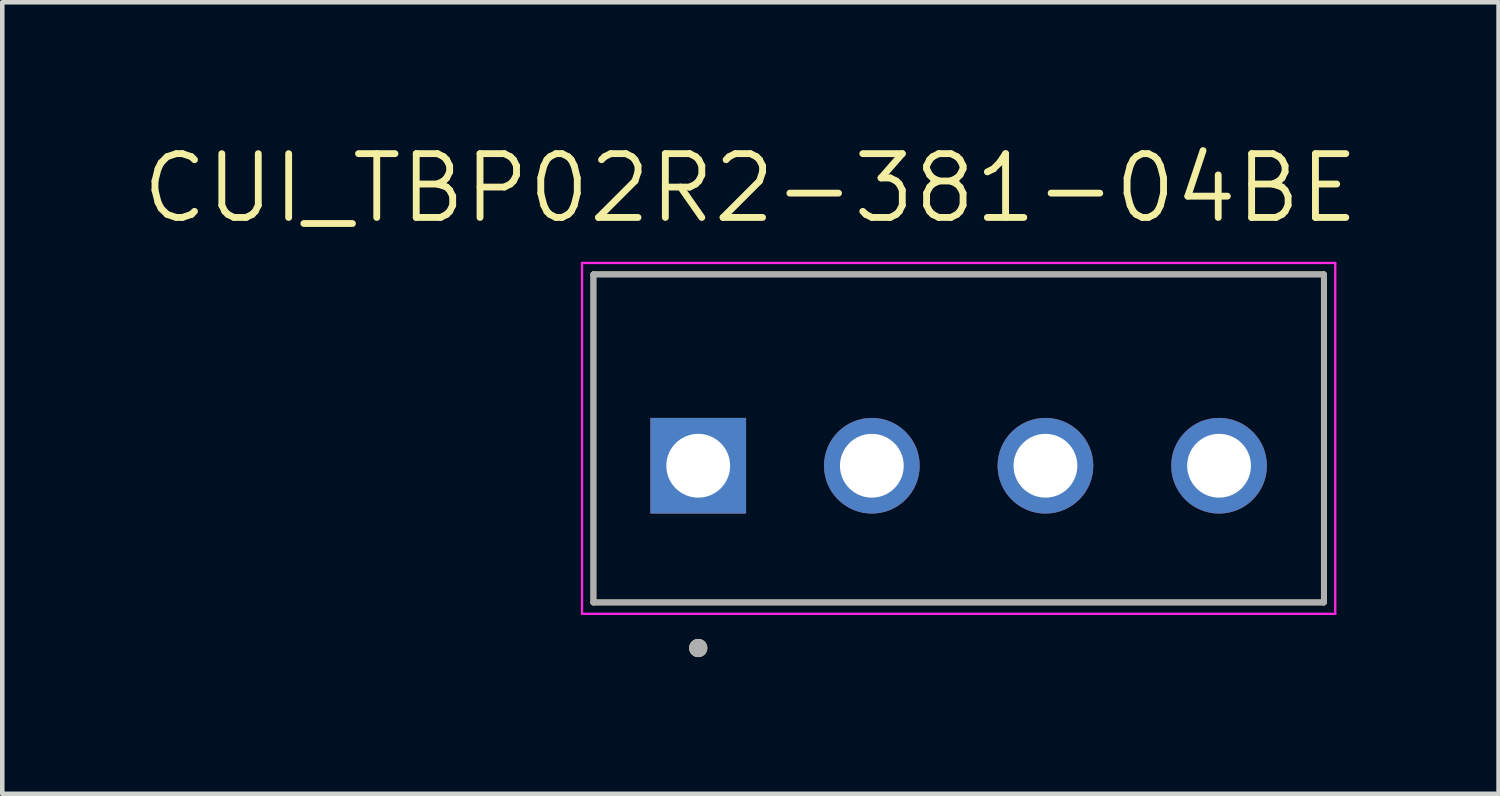
<source format=kicad_pcb>
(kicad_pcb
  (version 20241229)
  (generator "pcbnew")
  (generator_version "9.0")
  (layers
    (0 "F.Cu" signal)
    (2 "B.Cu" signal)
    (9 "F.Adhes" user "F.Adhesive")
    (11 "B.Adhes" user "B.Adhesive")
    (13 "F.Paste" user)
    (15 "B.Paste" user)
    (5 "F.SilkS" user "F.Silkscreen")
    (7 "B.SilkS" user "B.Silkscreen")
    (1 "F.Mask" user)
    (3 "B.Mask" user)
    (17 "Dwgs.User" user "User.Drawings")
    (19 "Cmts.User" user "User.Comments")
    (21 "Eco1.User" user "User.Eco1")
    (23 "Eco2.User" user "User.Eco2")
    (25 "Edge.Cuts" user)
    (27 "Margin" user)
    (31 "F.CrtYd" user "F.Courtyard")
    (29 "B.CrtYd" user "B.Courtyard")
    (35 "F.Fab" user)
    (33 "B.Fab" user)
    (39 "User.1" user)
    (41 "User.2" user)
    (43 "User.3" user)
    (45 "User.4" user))
  (footprint "CUI_TBP02R2-381-04BE"
    (layer "F.Cu")
    (at 12.273 7.171)
    (property "Reference" "CUI_TBP02R2-381-04BE" (at 1.145 -6.089 0) (layer "F.SilkS") (effects (font (size 1.4 1.4) (thickness 0.15))))
    (attr through_hole)
    (fp_line (start -2.3 -4.2) (end 13.73 -4.2) (stroke (width 0.127) (type solid)) (layer "F.SilkS"))
    (fp_line (start -2.3 3) (end -2.3 -4.2) (stroke (width 0.127) (type solid)) (layer "F.SilkS"))
    (fp_line (start 13.73 -4.2) (end 13.73 3) (stroke (width 0.127) (type solid)) (layer "F.SilkS"))
    (fp_line (start 13.73 3) (end -2.3 3) (stroke (width 0.127) (type solid)) (layer "F.SilkS"))
    (fp_circle (center 0 4) (end 0.1 4) (stroke (width 0.2) (type solid)) (fill no) (layer "F.SilkS"))
    (fp_line (start -2.55 -4.45) (end 13.98 -4.45) (stroke (width 0.05) (type solid)) (layer "F.CrtYd"))
    (fp_line (start -2.55 3.25) (end -2.55 -4.45) (stroke (width 0.05) (type solid)) (layer "F.CrtYd"))
    (fp_line (start 13.98 -4.45) (end 13.98 3.25) (stroke (width 0.05) (type solid)) (layer "F.CrtYd"))
    (fp_line (start 13.98 3.25) (end -2.55 3.25) (stroke (width 0.05) (type solid)) (layer "F.CrtYd"))
    (fp_line (start -2.3 -4.2) (end 13.73 -4.2) (stroke (width 0.127) (type solid)) (layer "F.Fab"))
    (fp_line (start -2.3 3) (end -2.3 -4.2) (stroke (width 0.127) (type solid)) (layer "F.Fab"))
    (fp_line (start 13.73 -4.2) (end 13.73 3) (stroke (width 0.127) (type solid)) (layer "F.Fab"))
    (fp_line (start 13.73 3) (end -2.3 3) (stroke (width 0.127) (type solid)) (layer "F.Fab"))
    (fp_circle (center 0 4) (end 0.1 4) (stroke (width 0.2) (type solid)) (fill no) (layer "F.Fab"))
    (pad "1" thru_hole rect (at 0 0) (size 2.1 2.1) (drill 1.4) (layers "*.Cu" "*.Mask"))
    (pad "2" thru_hole circle (at 3.81 0) (size 2.1 2.1) (drill 1.4) (layers "*.Cu" "*.Mask"))
    (pad "3" thru_hole circle (at 7.62 0) (size 2.1 2.1) (drill 1.4) (layers "*.Cu" "*.Mask"))
    (pad "4" thru_hole circle (at 11.43 0) (size 2.1 2.1) (drill 1.4) (layers "*.Cu" "*.Mask")))
  (gr_rect
    (start -3 -3)
    (end 29.837 14.371)
    (stroke (width 0.1) (type default))
    (fill no)
    (layer "Edge.Cuts")))
</source>
